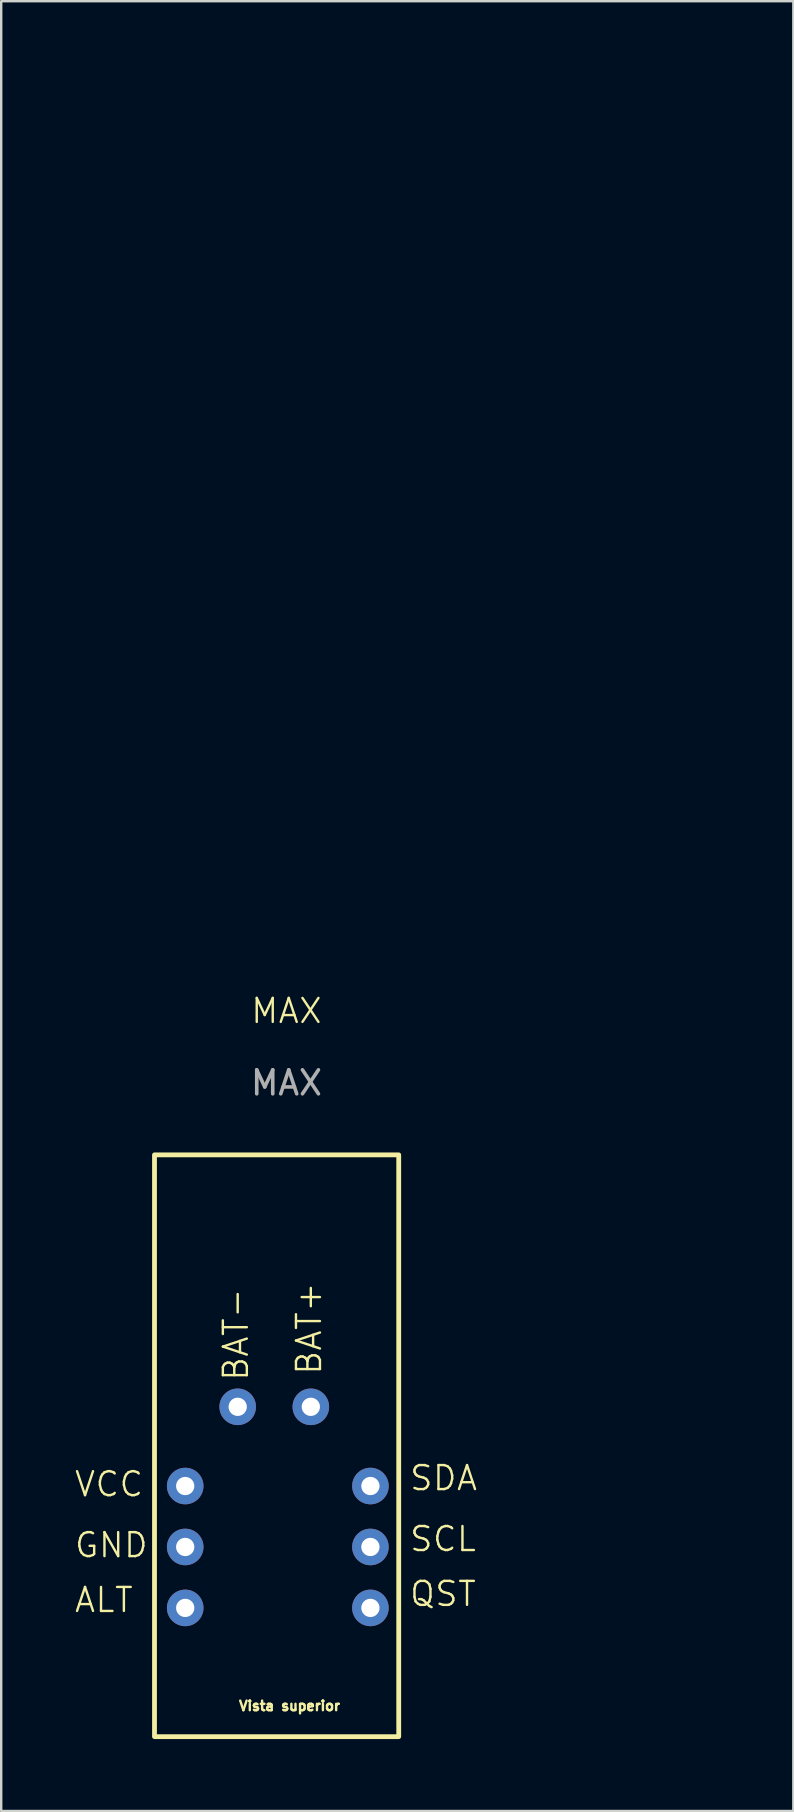
<source format=kicad_pcb>
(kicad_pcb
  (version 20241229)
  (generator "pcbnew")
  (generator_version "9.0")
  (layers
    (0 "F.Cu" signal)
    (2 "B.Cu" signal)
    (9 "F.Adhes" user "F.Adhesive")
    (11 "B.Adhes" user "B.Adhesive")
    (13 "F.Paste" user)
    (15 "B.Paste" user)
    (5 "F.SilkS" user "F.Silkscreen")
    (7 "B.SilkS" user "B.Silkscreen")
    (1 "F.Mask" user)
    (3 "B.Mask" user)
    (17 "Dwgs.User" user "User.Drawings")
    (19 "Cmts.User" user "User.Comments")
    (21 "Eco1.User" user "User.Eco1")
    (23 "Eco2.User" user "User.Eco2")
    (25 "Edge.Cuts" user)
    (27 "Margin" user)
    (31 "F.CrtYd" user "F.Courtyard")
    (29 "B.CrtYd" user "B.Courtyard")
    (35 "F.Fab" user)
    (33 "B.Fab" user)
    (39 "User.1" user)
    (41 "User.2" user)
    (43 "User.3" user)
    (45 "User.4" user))
  (footprint "MAX"
    (layer "F.Cu")
    (at 26.768 0.25)
    (property "Reference" "MAX" (at -17.878 38.838 0) (unlocked yes) (layer "F.SilkS") (effects (font (size 1 1) (thickness 0.1))))
    (attr through_hole)
    (fp_rect (start -23.378 44.838) (end -13.198 69.088) (stroke (width 0.2) (type default)) (fill no) (layer "F.SilkS"))
    (fp_text user "ALT" (at -26.768 63.976 0) (unlocked yes) (layer "F.SilkS") (effects (font (size 1 1) (thickness 0.1)) (justify left bottom)))
    (fp_text user "SDA" (at -12.798 58.896 0) (unlocked yes) (layer "F.SilkS") (effects (font (size 1 1) (thickness 0.1)) (justify left bottom)))
    (fp_text user "BAT+" (at -16.354 54.07 90) (unlocked yes) (layer "F.SilkS") (effects (font (size 1 1) (thickness 0.1)) (justify left bottom)))
    (fp_text user "GND" (at -26.768 61.69 0) (unlocked yes) (layer "F.SilkS") (effects (font (size 1 1) (thickness 0.1)) (justify left bottom)))
    (fp_text user "BAT-" (at -19.402 54.324 90) (unlocked yes) (layer "F.SilkS") (effects (font (size 1 1) (thickness 0.1)) (justify left bottom)))
    (fp_text user "VCC" (at -26.768 59.15 0) (unlocked yes) (layer "F.SilkS") (effects (font (size 1 1) (thickness 0.1)) (justify left bottom)))
    (fp_text user "QST" (at -12.798 63.722 0) (unlocked yes) (layer "F.SilkS") (effects (font (size 1 1) (thickness 0.1)) (justify left bottom)))
    (fp_text user "Vista superior" (at -19.91 68.04 0) (unlocked yes) (layer "F.SilkS") (effects (font (size 0.4 0.4) (thickness 0.1) (bold yes)) (justify left bottom)))
    (fp_text user "SCL" (at -12.798 61.436 0) (unlocked yes) (layer "F.SilkS") (effects (font (size 1 1) (thickness 0.1)) (justify left bottom)))
    (fp_text user "${REFERENCE}" (at -17.878 41.838 0) (unlocked yes) (layer "F.Fab") (effects (font (size 1 1) (thickness 0.15))))
    (pad "1" thru_hole circle (at -16.862 55.34) (size 1.524 1.524) (drill 0.762) (layers "*.Cu" "*.Mask"))
    (pad "2" thru_hole circle (at -19.91 55.34) (size 1.524 1.524) (drill 0.762) (layers "*.Cu" "*.Mask"))
    (pad "3" thru_hole circle (at -14.378 58.642) (size 1.524 1.524) (drill 0.762) (layers "*.Cu" "*.Mask"))
    (pad "4" thru_hole circle (at -22.098 58.642) (size 1.524 1.524) (drill 0.762) (layers "*.Cu" "*.Mask"))
    (pad "5" thru_hole circle (at -14.378 61.182) (size 1.524 1.524) (drill 0.762) (layers "*.Cu" "*.Mask"))
    (pad "6" thru_hole circle (at -22.098 61.182) (size 1.524 1.524) (drill 0.762) (layers "*.Cu" "*.Mask"))
    (pad "7" thru_hole circle (at -14.378 63.722) (size 1.524 1.524) (drill 0.762) (layers "*.Cu" "*.Mask"))
    (pad "8" thru_hole circle (at -22.098 63.722) (size 1.524 1.524) (drill 0.762) (layers "*.Cu" "*.Mask")))
  (gr_rect
    (start -3 -3)
    (end 30.018 72.438)
    (stroke (width 0.1) (type default))
    (fill no)
    (layer "Edge.Cuts")))
</source>
